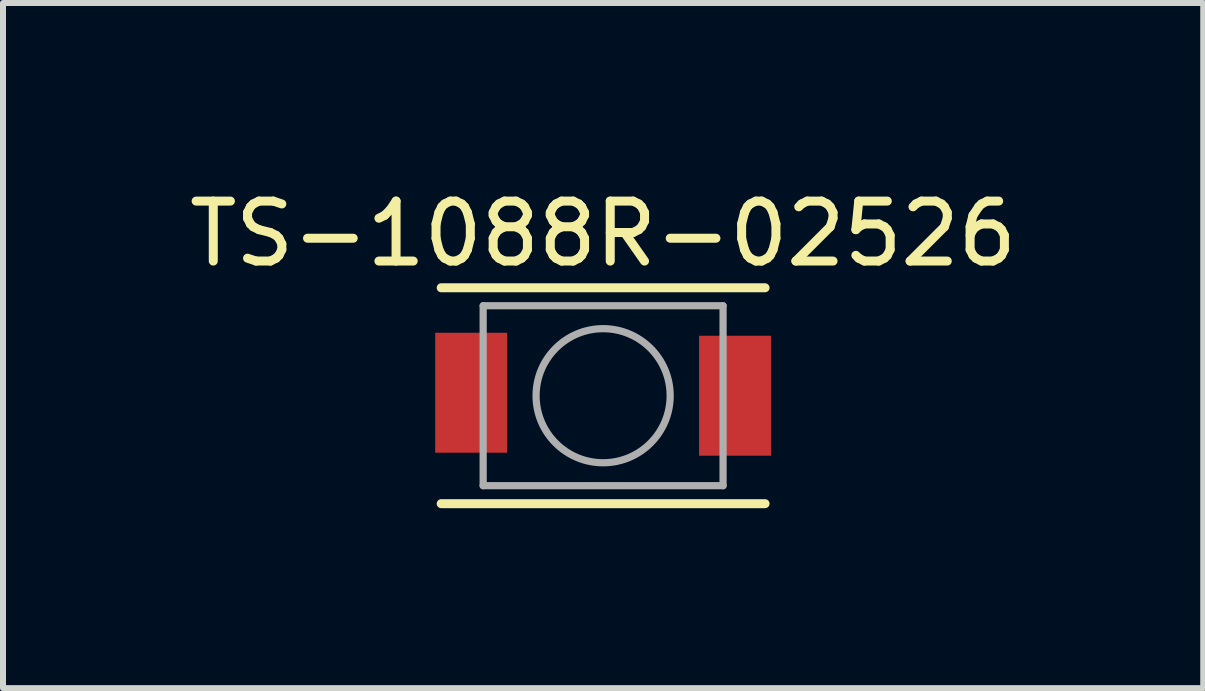
<source format=kicad_pcb>
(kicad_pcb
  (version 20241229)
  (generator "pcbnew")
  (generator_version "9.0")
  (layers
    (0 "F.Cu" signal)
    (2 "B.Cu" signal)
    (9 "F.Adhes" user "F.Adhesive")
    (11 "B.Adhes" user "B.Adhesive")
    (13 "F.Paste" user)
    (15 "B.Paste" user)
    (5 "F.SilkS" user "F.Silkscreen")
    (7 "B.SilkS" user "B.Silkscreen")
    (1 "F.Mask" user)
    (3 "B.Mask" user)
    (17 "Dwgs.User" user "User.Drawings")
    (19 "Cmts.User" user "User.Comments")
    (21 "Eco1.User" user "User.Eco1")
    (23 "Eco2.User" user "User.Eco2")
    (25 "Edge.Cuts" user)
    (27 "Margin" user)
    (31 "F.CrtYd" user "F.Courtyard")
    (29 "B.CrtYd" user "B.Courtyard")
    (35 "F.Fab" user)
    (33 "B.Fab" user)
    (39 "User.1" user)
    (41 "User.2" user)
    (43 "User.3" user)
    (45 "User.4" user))
  (footprint "TS-1088R-02526"
    (layer "F.Cu")
    (at 7.006 3.548)
    (property "Reference" "TS-1088R-02526" (at 0 -2.7 0) (layer "F.SilkS") (effects (font (size 1 1) (thickness 0.15))))
    (attr smd)
    (fp_line (start -2.7 -1.8) (end 2.7 -1.8) (stroke (width 0.15) (type solid)) (layer "F.SilkS"))
    (fp_line (start 2.7 1.8) (end -2.7 1.8) (stroke (width 0.15) (type solid)) (layer "F.SilkS"))
    (fp_line (start -2 -1.5) (end 2 -1.5) (stroke (width 0.12) (type solid)) (layer "F.Fab"))
    (fp_line (start -2 1.5) (end -2 -1.5) (stroke (width 0.12) (type solid)) (layer "F.Fab"))
    (fp_line (start 2 -1.5) (end 2 1.5) (stroke (width 0.12) (type solid)) (layer "F.Fab"))
    (fp_line (start 2 1.5) (end -2 1.5) (stroke (width 0.12) (type solid)) (layer "F.Fab"))
    (fp_circle (center 0 0) (end 0.5 -1) (stroke (width 0.12) (type solid)) (fill no) (layer "F.Fab"))
    (pad "1" smd rect (at -2.2 -0.05) (size 1.2 2) (layers "F.Cu" "F.Mask" "F.Paste"))
    (pad "2" smd rect (at 2.2 0) (size 1.2 2) (layers "F.Cu" "F.Mask" "F.Paste")))
  (gr_rect
    (start -3 -3)
    (end 17.012 8.423)
    (stroke (width 0.1) (type default))
    (fill no)
    (layer "Edge.Cuts")))
</source>
